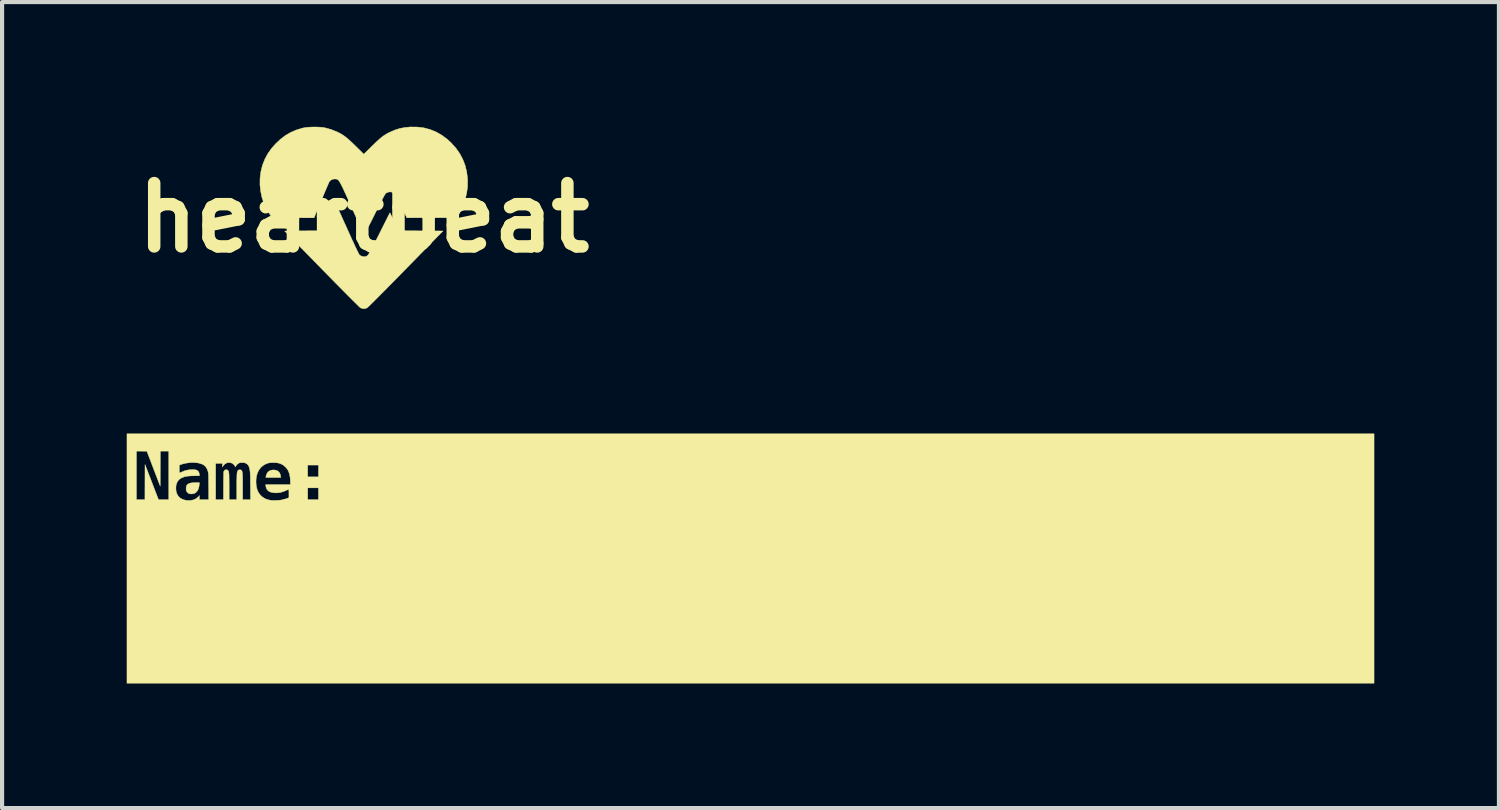
<source format=kicad_pcb>
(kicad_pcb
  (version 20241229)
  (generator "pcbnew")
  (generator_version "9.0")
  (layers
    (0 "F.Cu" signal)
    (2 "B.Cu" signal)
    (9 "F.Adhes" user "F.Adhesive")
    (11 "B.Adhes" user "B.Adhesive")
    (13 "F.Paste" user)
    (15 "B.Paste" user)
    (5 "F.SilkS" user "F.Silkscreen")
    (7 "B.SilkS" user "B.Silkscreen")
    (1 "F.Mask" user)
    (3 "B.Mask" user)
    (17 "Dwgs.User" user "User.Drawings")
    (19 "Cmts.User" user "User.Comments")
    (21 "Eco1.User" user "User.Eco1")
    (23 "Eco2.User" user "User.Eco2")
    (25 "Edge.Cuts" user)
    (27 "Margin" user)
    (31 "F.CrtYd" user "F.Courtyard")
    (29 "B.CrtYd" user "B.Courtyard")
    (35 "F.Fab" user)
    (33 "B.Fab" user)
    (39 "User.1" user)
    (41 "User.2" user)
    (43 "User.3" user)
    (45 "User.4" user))
  (footprint "heartbeat"
    (layer "F.Cu")
    (at 5.704 2.19)
    (property "Reference" "heartbeat" (at 0 0 0) (layer "F.SilkS") (effects (font (size 1.524 1.524) (thickness 0.3))))
    (attr through_hole)
    (fp_poly (pts (xy -0.688 -0.364) (xy -0.675 -0.338) (xy -0.656 -0.296) (xy -0.631 -0.242) (xy -0.6 -0.175) (xy -0.565 -0.098) (xy -0.526 -0.011) (xy -0.483 0.083) (xy -0.438 0.183) (xy -0.406 0.254) (xy -0.342 0.396) (xy -0.286 0.52) (xy -0.236 0.627) (xy -0.195 0.716) (xy -0.161 0.787) (xy -0.134 0.841) (xy -0.115 0.877) (xy -0.104 0.894) (xy -0.102 0.896) (xy -0.063 0.92) (xy -0.015 0.934) (xy 0.031 0.934) (xy 0.033 0.934) (xy 0.048 0.931) (xy 0.062 0.926) (xy 0.076 0.918) (xy 0.09 0.907) (xy 0.105 0.89) (xy 0.122 0.866) (xy 0.142 0.835) (xy 0.165 0.794) (xy 0.193 0.742) (xy 0.226 0.678) (xy 0.265 0.602) (xy 0.311 0.51) (xy 0.365 0.403) (xy 0.378 0.377) (xy 0.628 -0.122) (xy 0.845 0.312) (xy 1.905 0.318) (xy 1.012 1.231) (xy 0.902 1.343) (xy 0.796 1.452) (xy 0.693 1.556) (xy 0.596 1.655) (xy 0.504 1.748) (xy 0.419 1.833) (xy 0.342 1.911) (xy 0.273 1.98) (xy 0.213 2.04) (xy 0.163 2.089) (xy 0.124 2.127) (xy 0.097 2.152) (xy 0.083 2.165) (xy 0.081 2.166) (xy 0.032 2.185) (xy 0 2.188) (xy -0.052 2.179) (xy -0.082 2.166) (xy -0.093 2.157) (xy -0.117 2.134) (xy -0.153 2.099) (xy -0.2 2.052) (xy -0.258 1.995) (xy -0.325 1.928) (xy -0.4 1.853) (xy -0.483 1.769) (xy -0.573 1.678) (xy -0.67 1.58) (xy -0.771 1.477) (xy -0.877 1.369) (xy -0.986 1.258) (xy -1.012 1.231) (xy -1.905 0.318) (xy -0.991 0.312) (xy -0.846 -0.035) (xy -0.813 -0.112) (xy -0.783 -0.182) (xy -0.756 -0.244) (xy -0.732 -0.297) (xy -0.713 -0.337) (xy -0.7 -0.363) (xy -0.693 -0.374) (xy -0.693 -0.374) (xy -0.688 -0.364)) (stroke (width 0.01) (type solid)) (fill yes) (layer "F.SilkS"))
    (fp_poly (pts (xy 1.294 -2.183) (xy 1.449 -2.163) (xy 1.596 -2.124) (xy 1.737 -2.067) (xy 1.871 -1.991) (xy 1.999 -1.898) (xy 2.106 -1.799) (xy 2.216 -1.676) (xy 2.308 -1.546) (xy 2.381 -1.408) (xy 2.437 -1.263) (xy 2.475 -1.11) (xy 2.496 -0.948) (xy 2.498 -0.907) (xy 2.496 -0.745) (xy 2.474 -0.586) (xy 2.434 -0.431) (xy 2.375 -0.282) (xy 2.299 -0.139) (xy 2.243 -0.056) (xy 2.203 -0.001) (xy 1.036 0) (xy 0.895 -0.282) (xy 0.849 -0.372) (xy 0.811 -0.446) (xy 0.78 -0.503) (xy 0.755 -0.546) (xy 0.736 -0.574) (xy 0.723 -0.589) (xy 0.678 -0.616) (xy 0.628 -0.624) (xy 0.575 -0.613) (xy 0.539 -0.596) (xy 0.532 -0.59) (xy 0.522 -0.579) (xy 0.511 -0.563) (xy 0.497 -0.54) (xy 0.479 -0.508) (xy 0.457 -0.467) (xy 0.429 -0.415) (xy 0.396 -0.351) (xy 0.357 -0.273) (xy 0.31 -0.18) (xy 0.261 -0.083) (xy 0.216 0.008) (xy 0.173 0.094) (xy 0.133 0.172) (xy 0.097 0.242) (xy 0.067 0.302) (xy 0.042 0.35) (xy 0.024 0.386) (xy 0.013 0.406) (xy 0.01 0.41) (xy 0.005 0.402) (xy -0.007 0.377) (xy -0.026 0.336) (xy -0.051 0.283) (xy -0.081 0.217) (xy -0.116 0.14) (xy -0.155 0.054) (xy -0.198 -0.04) (xy -0.243 -0.14) (xy -0.282 -0.227) (xy -0.339 -0.355) (xy -0.389 -0.465) (xy -0.432 -0.561) (xy -0.47 -0.642) (xy -0.501 -0.71) (xy -0.529 -0.766) (xy -0.552 -0.811) (xy -0.572 -0.847) (xy -0.589 -0.875) (xy -0.604 -0.895) (xy -0.617 -0.91) (xy -0.63 -0.92) (xy -0.643 -0.926) (xy -0.657 -0.93) (xy -0.672 -0.932) (xy -0.677 -0.933) (xy -0.724 -0.932) (xy -0.77 -0.918) (xy -0.809 -0.893) (xy -0.829 -0.87) (xy -0.836 -0.855) (xy -0.85 -0.824) (xy -0.87 -0.778) (xy -0.895 -0.721) (xy -0.924 -0.653) (xy -0.956 -0.577) (xy -0.99 -0.494) (xy -1.021 -0.42) (xy -1.196 0) (xy -2.203 -0.00032) (xy -2.255 -0.073) (xy -2.336 -0.203) (xy -2.402 -0.343) (xy -2.451 -0.491) (xy -2.483 -0.643) (xy -2.499 -0.798) (xy -2.497 -0.954) (xy -2.477 -1.108) (xy -2.44 -1.258) (xy -2.433 -1.28) (xy -2.378 -1.417) (xy -2.307 -1.547) (xy -2.219 -1.67) (xy -2.118 -1.784) (xy -2.004 -1.891) (xy -1.887 -1.98) (xy -1.764 -2.052) (xy -1.634 -2.109) (xy -1.492 -2.153) (xy -1.436 -2.166) (xy -1.376 -2.175) (xy -1.303 -2.181) (xy -1.221 -2.184) (xy -1.138 -2.184) (xy -1.057 -2.18) (xy -0.986 -2.174) (xy -0.938 -2.166) (xy -0.785 -2.124) (xy -0.642 -2.067) (xy -0.631 -2.061) (xy -0.577 -2.034) (xy -0.527 -2.006) (xy -0.479 -1.974) (xy -0.43 -1.938) (xy -0.377 -1.894) (xy -0.319 -1.842) (xy -0.252 -1.778) (xy -0.198 -1.725) (xy 0 -1.53) (xy 0.198 -1.725) (xy 0.273 -1.798) (xy 0.337 -1.858) (xy 0.393 -1.908) (xy 0.444 -1.949) (xy 0.493 -1.984) (xy 0.541 -2.014) (xy 0.592 -2.042) (xy 0.631 -2.061) (xy 0.75 -2.112) (xy 0.866 -2.149) (xy 0.987 -2.172) (xy 1.118 -2.185) (xy 1.133 -2.185) (xy 1.294 -2.183)) (stroke (width 0.01) (type solid)) (fill yes) (layer "F.SilkS")))
  (footprint "name-tag"
    (layer "F.Cu")
    (at 15.009 10.386)
    (property "Reference" "name-tag" (at 0 0 0) (layer "F.SilkS") (effects (font (size 1.524 1.524) (thickness 0.3))))
    (attr through_hole)
    (fp_poly (pts (xy -11.441 -2.125) (xy -11.411 -2.118) (xy -11.389 -2.11) (xy -11.372 -2.099) (xy -11.353 -2.082) (xy -11.336 -2.064) (xy -11.327 -2.05) (xy -11.318 -2.028) (xy -11.31 -2.002) (xy -11.306 -1.977) (xy -11.305 -1.965) (xy -11.305 -1.946) (xy -11.662 -1.946) (xy -11.659 -1.973) (xy -11.652 -2.003) (xy -11.639 -2.034) (xy -11.623 -2.062) (xy -11.607 -2.081) (xy -11.579 -2.103) (xy -11.544 -2.118) (xy -11.505 -2.127) (xy -11.502 -2.127) (xy -11.472 -2.128) (xy -11.441 -2.125)) (stroke (width 0.01) (type solid)) (fill yes) (layer "F.SilkS"))
    (fp_poly (pts (xy -13.264 -1.782) (xy -13.27 -1.732) (xy -13.28 -1.689) (xy -13.294 -1.653) (xy -13.313 -1.622) (xy -13.331 -1.6) (xy -13.35 -1.583) (xy -13.371 -1.569) (xy -13.379 -1.565) (xy -13.405 -1.557) (xy -13.434 -1.552) (xy -13.463 -1.551) (xy -13.49 -1.554) (xy -13.503 -1.557) (xy -13.528 -1.569) (xy -13.549 -1.587) (xy -13.564 -1.605) (xy -13.572 -1.617) (xy -13.576 -1.629) (xy -13.579 -1.643) (xy -13.581 -1.664) (xy -13.581 -1.669) (xy -13.58 -1.705) (xy -13.575 -1.735) (xy -13.564 -1.76) (xy -13.547 -1.78) (xy -13.523 -1.796) (xy -13.492 -1.808) (xy -13.453 -1.817) (xy -13.406 -1.822) (xy -13.349 -1.824) (xy -13.331 -1.824) (xy -13.261 -1.824) (xy -13.264 -1.782)) (stroke (width 0.01) (type solid)) (fill yes) (layer "F.SilkS"))
    (fp_poly (pts (xy 15.004 3.003) (xy -15.004 3.003) (xy -15.004 -1.413) (xy -14.776 -1.413) (xy -14.572 -1.413) (xy -14.571 -1.835) (xy -14.57 -2.258) (xy -14.407 -1.835) (xy -14.245 -1.413) (xy -13.998 -1.413) (xy -13.998 -1.689) (xy -13.827 -1.689) (xy -13.823 -1.63) (xy -13.811 -1.577) (xy -13.791 -1.531) (xy -13.764 -1.491) (xy -13.728 -1.457) (xy -13.709 -1.443) (xy -13.665 -1.421) (xy -13.616 -1.405) (xy -13.563 -1.395) (xy -13.509 -1.393) (xy -13.455 -1.398) (xy -13.442 -1.4) (xy -13.419 -1.405) (xy -13.397 -1.412) (xy -13.38 -1.418) (xy -13.356 -1.43) (xy -13.33 -1.447) (xy -13.306 -1.465) (xy -13.285 -1.484) (xy -13.278 -1.492) (xy -13.262 -1.512) (xy -13.262 -1.462) (xy -13.261 -1.413) (xy -13.037 -1.413) (xy -13.039 -1.726) (xy -13.04 -1.791) (xy -13.04 -1.846) (xy -13.04 -1.892) (xy -13.041 -1.931) (xy -13.041 -1.964) (xy -13.042 -1.99) (xy -13.043 -2.011) (xy -13.044 -2.029) (xy -13.045 -2.042) (xy -13.046 -2.054) (xy -13.048 -2.063) (xy -13.05 -2.072) (xy -13.052 -2.081) (xy -13.052 -2.083) (xy -13.069 -2.134) (xy -13.09 -2.177) (xy -13.117 -2.212) (xy -13.149 -2.242) (xy -13.189 -2.265) (xy -13.236 -2.283) (xy -13.251 -2.286) (xy -12.87 -2.286) (xy -12.87 -1.413) (xy -12.683 -1.413) (xy -12.681 -1.747) (xy -12.681 -1.813) (xy -12.681 -1.871) (xy -12.68 -1.919) (xy -12.68 -1.96) (xy -12.679 -1.994) (xy -12.679 -2.021) (xy -12.678 -2.043) (xy -12.677 -2.06) (xy -12.676 -2.073) (xy -12.675 -2.082) (xy -12.674 -2.089) (xy -12.672 -2.095) (xy -12.671 -2.099) (xy -12.67 -2.1) (xy -12.656 -2.118) (xy -12.638 -2.13) (xy -12.617 -2.134) (xy -12.596 -2.131) (xy -12.577 -2.121) (xy -12.563 -2.104) (xy -12.563 -2.103) (xy -12.559 -2.095) (xy -12.556 -2.085) (xy -12.554 -2.073) (xy -12.552 -2.056) (xy -12.55 -2.036) (xy -12.548 -2.01) (xy -12.547 -1.978) (xy -12.547 -1.94) (xy -12.546 -1.895) (xy -12.546 -1.842) (xy -12.545 -1.78) (xy -12.545 -1.714) (xy -12.545 -1.413) (xy -12.362 -1.413) (xy -12.362 -1.698) (xy -12.362 -1.771) (xy -12.362 -1.835) (xy -12.361 -1.89) (xy -12.36 -1.937) (xy -12.359 -1.976) (xy -12.358 -2.009) (xy -12.356 -2.036) (xy -12.354 -2.058) (xy -12.351 -2.076) (xy -12.347 -2.09) (xy -12.343 -2.1) (xy -12.338 -2.109) (xy -12.332 -2.116) (xy -12.327 -2.12) (xy -12.311 -2.13) (xy -12.29 -2.133) (xy -12.269 -2.13) (xy -12.261 -2.127) (xy -12.254 -2.122) (xy -12.247 -2.117) (xy -12.241 -2.109) (xy -12.237 -2.099) (xy -12.232 -2.086) (xy -12.229 -2.069) (xy -12.226 -2.048) (xy -12.224 -2.021) (xy -12.223 -1.989) (xy -12.222 -1.949) (xy -12.221 -1.903) (xy -12.22 -1.848) (xy -12.22 -1.785) (xy -12.22 -1.712) (xy -12.22 -1.706) (xy -12.22 -1.413) (xy -12.031 -1.413) (xy -12.033 -1.731) (xy -12.034 -1.804) (xy -12.034 -1.843) (xy -11.899 -1.843) (xy -11.896 -1.787) (xy -11.888 -1.724) (xy -11.875 -1.669) (xy -11.857 -1.62) (xy -11.834 -1.576) (xy -11.804 -1.536) (xy -11.788 -1.517) (xy -11.746 -1.479) (xy -11.701 -1.449) (xy -11.651 -1.425) (xy -11.594 -1.408) (xy -11.538 -1.397) (xy -11.515 -1.395) (xy -11.485 -1.394) (xy -11.45 -1.394) (xy -11.413 -1.395) (xy -11.375 -1.397) (xy -11.341 -1.399) (xy -11.311 -1.402) (xy -11.294 -1.405) (xy -11.246 -1.415) (xy -11.195 -1.429) (xy -11.147 -1.444) (xy -11.136 -1.448) (xy -11.107 -1.459) (xy -11.107 -1.56) (xy -11.107 -1.591) (xy -11.108 -1.618) (xy -11.109 -1.64) (xy -11.11 -1.655) (xy -11.111 -1.661) (xy -11.112 -1.661) (xy -11.118 -1.659) (xy -11.131 -1.654) (xy -11.149 -1.646) (xy -11.164 -1.639) (xy -11.235 -1.609) (xy -11.303 -1.589) (xy -11.371 -1.578) (xy -11.439 -1.576) (xy -11.448 -1.577) (xy -11.502 -1.583) (xy -11.548 -1.595) (xy -11.587 -1.613) (xy -11.618 -1.638) (xy -11.641 -1.669) (xy -11.653 -1.697) (xy -10.655 -1.697) (xy -10.655 -1.413) (xy -10.396 -1.413) (xy -10.396 -1.697) (xy -10.655 -1.697) (xy -11.653 -1.697) (xy -11.656 -1.706) (xy -11.664 -1.745) (xy -11.667 -1.773) (xy -11.072 -1.773) (xy -11.072 -1.832) (xy -11.074 -1.904) (xy -11.081 -1.968) (xy -11.093 -2.026) (xy -11.11 -2.078) (xy -11.123 -2.109) (xy -11.145 -2.145) (xy -11.174 -2.182) (xy -11.208 -2.215) (xy -11.243 -2.243) (xy -11.247 -2.246) (xy -10.655 -2.246) (xy -10.655 -1.961) (xy -10.396 -1.961) (xy -10.396 -2.246) (xy -10.655 -2.246) (xy -11.247 -2.246) (xy -11.275 -2.262) (xy -11.308 -2.277) (xy -11.338 -2.288) (xy -11.369 -2.296) (xy -11.404 -2.301) (xy -11.443 -2.303) (xy -11.478 -2.304) (xy -11.52 -2.303) (xy -11.554 -2.301) (xy -11.584 -2.298) (xy -11.611 -2.291) (xy -11.638 -2.282) (xy -11.669 -2.268) (xy -11.679 -2.264) (xy -11.729 -2.234) (xy -11.773 -2.197) (xy -11.811 -2.152) (xy -11.843 -2.101) (xy -11.868 -2.044) (xy -11.886 -1.981) (xy -11.896 -1.914) (xy -11.899 -1.843) (xy -12.034 -1.843) (xy -12.035 -1.867) (xy -12.035 -1.921) (xy -12.036 -1.968) (xy -12.038 -2.009) (xy -12.039 -2.043) (xy -12.041 -2.072) (xy -12.043 -2.097) (xy -12.046 -2.119) (xy -12.049 -2.138) (xy -12.052 -2.156) (xy -12.057 -2.172) (xy -12.061 -2.189) (xy -12.062 -2.191) (xy -12.076 -2.226) (xy -12.095 -2.253) (xy -12.12 -2.274) (xy -12.141 -2.286) (xy -12.157 -2.294) (xy -12.17 -2.3) (xy -12.183 -2.303) (xy -12.199 -2.304) (xy -12.221 -2.304) (xy -12.229 -2.304) (xy -12.256 -2.304) (xy -12.276 -2.302) (xy -12.29 -2.3) (xy -12.304 -2.295) (xy -12.306 -2.294) (xy -12.341 -2.272) (xy -12.369 -2.244) (xy -12.382 -2.225) (xy -12.396 -2.2) (xy -12.405 -2.22) (xy -12.419 -2.243) (xy -12.441 -2.265) (xy -12.465 -2.284) (xy -12.481 -2.292) (xy -12.519 -2.303) (xy -12.558 -2.306) (xy -12.596 -2.299) (xy -12.631 -2.283) (xy -12.662 -2.259) (xy -12.687 -2.23) (xy -12.708 -2.199) (xy -12.708 -2.286) (xy -12.87 -2.286) (xy -13.251 -2.286) (xy -13.291 -2.296) (xy -13.334 -2.302) (xy -13.409 -2.307) (xy -13.487 -2.304) (xy -13.566 -2.294) (xy -13.643 -2.278) (xy -13.716 -2.256) (xy -13.717 -2.255) (xy -13.744 -2.245) (xy -13.744 -2.152) (xy -13.744 -2.123) (xy -13.744 -2.097) (xy -13.743 -2.076) (xy -13.742 -2.062) (xy -13.742 -2.057) (xy -13.736 -2.058) (xy -13.724 -2.063) (xy -13.707 -2.07) (xy -13.698 -2.074) (xy -13.632 -2.102) (xy -13.568 -2.121) (xy -13.503 -2.132) (xy -13.435 -2.136) (xy -13.432 -2.136) (xy -13.392 -2.136) (xy -13.361 -2.132) (xy -13.336 -2.126) (xy -13.315 -2.117) (xy -13.298 -2.104) (xy -13.292 -2.098) (xy -13.275 -2.074) (xy -13.265 -2.042) (xy -13.261 -2.007) (xy -13.261 -1.987) (xy -13.372 -1.987) (xy -13.436 -1.986) (xy -13.491 -1.984) (xy -13.539 -1.979) (xy -13.581 -1.973) (xy -13.618 -1.964) (xy -13.652 -1.953) (xy -13.684 -1.939) (xy -13.688 -1.938) (xy -13.731 -1.912) (xy -13.766 -1.88) (xy -13.792 -1.843) (xy -13.811 -1.799) (xy -13.823 -1.749) (xy -13.827 -1.691) (xy -13.827 -1.689) (xy -13.998 -1.689) (xy -13.998 -2.581) (xy -14.201 -2.581) (xy -14.204 -1.74) (xy -14.365 -2.159) (xy -14.525 -2.579) (xy -14.776 -2.581) (xy -14.776 -1.413) (xy -15.004 -1.413) (xy -15.004 -2.998) (xy 15.004 -2.998) (xy 15.004 3.003)) (stroke (width 0.01) (type solid)) (fill yes) (layer "F.SilkS")))
  (gr_rect
    (start -3 -3)
    (end 33.018 16.394)
    (stroke (width 0.1) (type default))
    (fill no)
    (layer "Edge.Cuts")))
</source>
